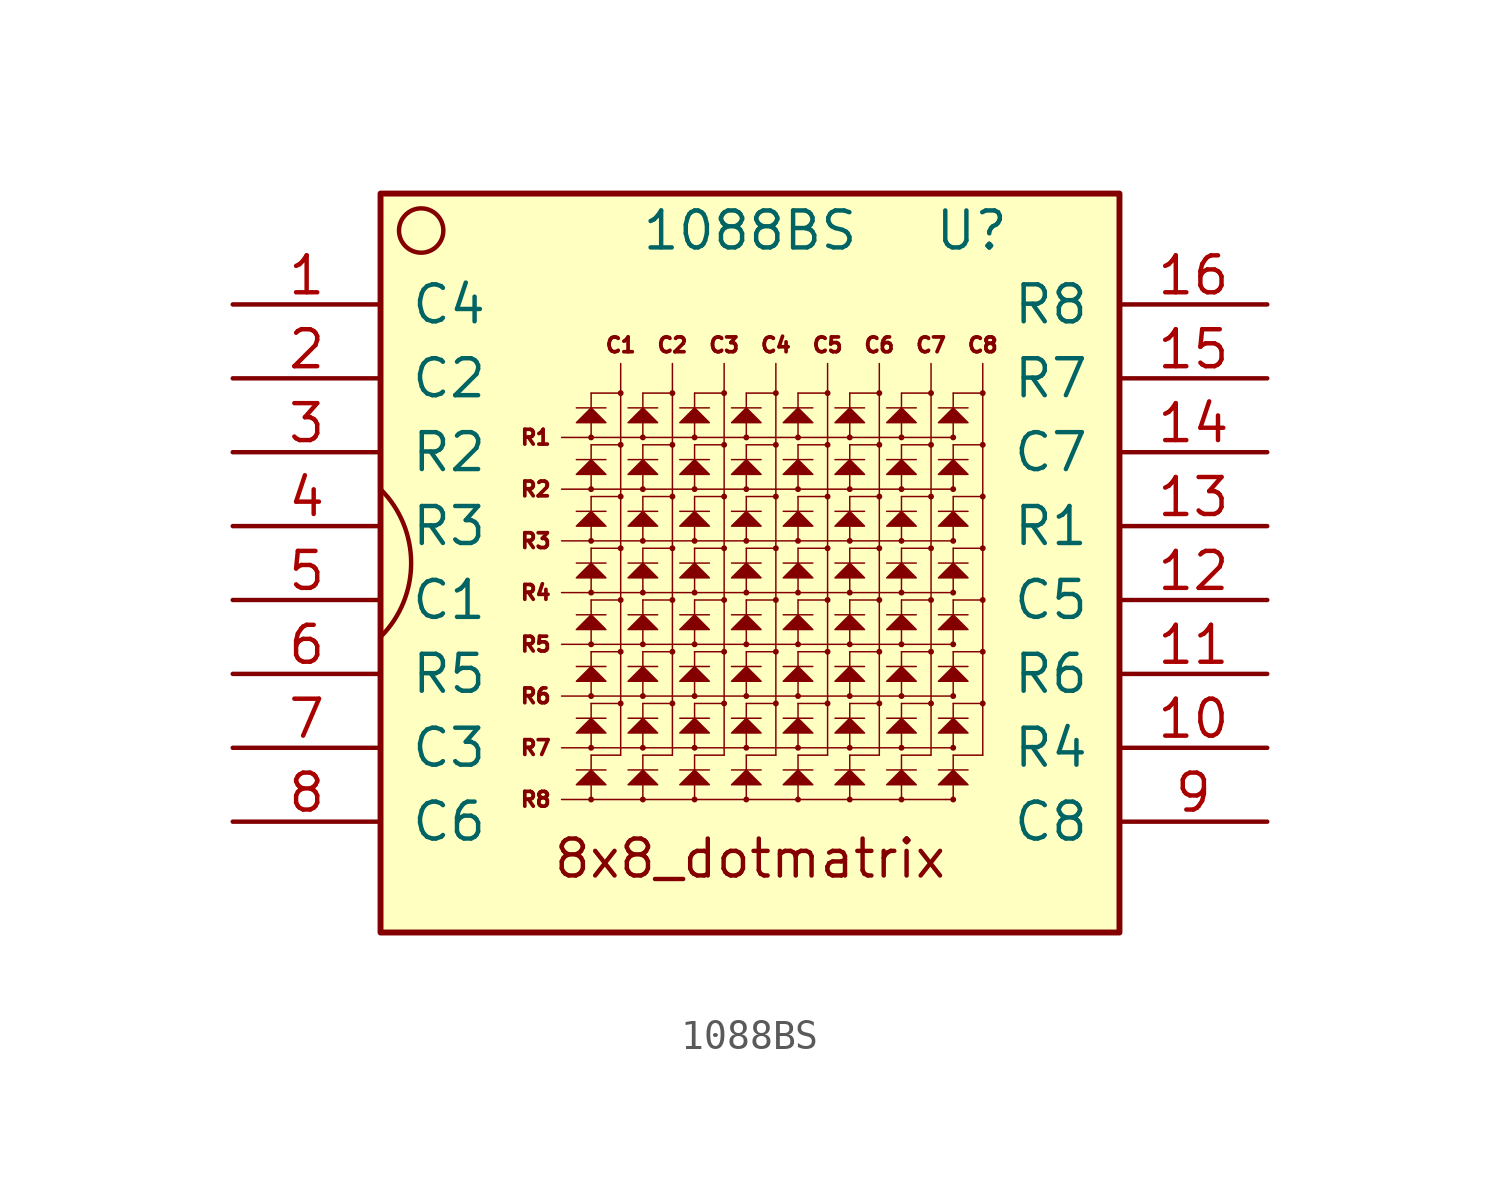
<source format=kicad_sym>
(kicad_symbol_lib
  (version 20220914)
  (generator kicad_symbol_editor)
  (symbol "1088BS"
    (pin_names
      (offset 1.016))
    (property "Reference" "U"
      (at 7.62 11.43 0)
      (effects (font (size 1.27 1.27))))
    (property "Value" "1088BS"
      (at 0 11.43 0)
      (effects (font (size 1.27 1.27))))
    (symbol "1088BS_0_0"
      (rectangle (start -12.7 12.7) (end 12.7 -12.7) (stroke (width 0.203) (type solid)) (fill (type background)))
      (text "8x8_dotmatrix" (at 0 -10.16 0) (effects (font (size 1.27 1.27)))))
    (symbol "1088BS_0_1"
      (arc (start -12.7 -2.54) (mid -11.6479 0) (end -12.7 2.54) (stroke (width 0) (type solid)) (fill (type none)))
      (circle (center -11.303 11.43) (radius 0.762) (stroke (width 0) (type solid)) (fill (type none))))
    (symbol "1088BS_1_1"
      (circle (center -5.461 -8.128) (radius 0.076) (stroke (width 0.051) (type solid)) (fill (type outline)))
      (circle (center -5.461 -6.35) (radius 0.076) (stroke (width 0.051) (type solid)) (fill (type outline)))
      (circle (center -5.461 -4.572) (radius 0.076) (stroke (width 0.051) (type solid)) (fill (type outline)))
      (circle (center -5.461 -2.794) (radius 0.076) (stroke (width 0.051) (type solid)) (fill (type outline)))
      (circle (center -5.461 -1.016) (radius 0.076) (stroke (width 0.051) (type solid)) (fill (type outline)))
      (circle (center -5.461 0.762) (radius 0.076) (stroke (width 0.051) (type solid)) (fill (type outline)))
      (circle (center -5.461 2.54) (radius 0.076) (stroke (width 0.051) (type solid)) (fill (type outline)))
      (circle (center -5.461 4.318) (radius 0.076) (stroke (width 0.051) (type solid)) (fill (type outline)))
      (circle (center -4.445 -4.826) (radius 0.076) (stroke (width 0.051) (type solid)) (fill (type outline)))
      (circle (center -4.445 -3.048) (radius 0.076) (stroke (width 0.051) (type solid)) (fill (type outline)))
      (circle (center -4.445 -1.27) (radius 0.076) (stroke (width 0.051) (type solid)) (fill (type outline)))
      (circle (center -4.445 0.508) (radius 0.076) (stroke (width 0.051) (type solid)) (fill (type outline)))
      (circle (center -4.445 2.286) (radius 0.076) (stroke (width 0.051) (type solid)) (fill (type outline)))
      (circle (center -4.445 4.064) (radius 0.076) (stroke (width 0.051) (type solid)) (fill (type outline)))
      (circle (center -4.445 5.842) (radius 0.076) (stroke (width 0.051) (type solid)) (fill (type outline)))
      (circle (center -3.683 -8.128) (radius 0.076) (stroke (width 0.051) (type solid)) (fill (type outline)))
      (circle (center -3.683 -6.35) (radius 0.076) (stroke (width 0.051) (type solid)) (fill (type outline)))
      (circle (center -3.683 -4.572) (radius 0.076) (stroke (width 0.051) (type solid)) (fill (type outline)))
      (circle (center -3.683 -2.794) (radius 0.076) (stroke (width 0.051) (type solid)) (fill (type outline)))
      (circle (center -3.683 -1.016) (radius 0.076) (stroke (width 0.051) (type solid)) (fill (type outline)))
      (circle (center -3.683 0.762) (radius 0.076) (stroke (width 0.051) (type solid)) (fill (type outline)))
      (circle (center -3.683 2.54) (radius 0.076) (stroke (width 0.051) (type solid)) (fill (type outline)))
      (circle (center -3.683 4.318) (radius 0.076) (stroke (width 0.051) (type solid)) (fill (type outline)))
      (circle (center -2.667 -4.826) (radius 0.076) (stroke (width 0.051) (type solid)) (fill (type outline)))
      (circle (center -2.667 -3.048) (radius 0.076) (stroke (width 0.051) (type solid)) (fill (type outline)))
      (circle (center -2.667 -1.27) (radius 0.076) (stroke (width 0.051) (type solid)) (fill (type outline)))
      (circle (center -2.667 0.508) (radius 0.076) (stroke (width 0.051) (type solid)) (fill (type outline)))
      (circle (center -2.667 2.286) (radius 0.076) (stroke (width 0.051) (type solid)) (fill (type outline)))
      (circle (center -2.667 4.064) (radius 0.076) (stroke (width 0.051) (type solid)) (fill (type outline)))
      (circle (center -2.667 5.842) (radius 0.076) (stroke (width 0.051) (type solid)) (fill (type outline)))
      (circle (center -1.905 -8.128) (radius 0.076) (stroke (width 0.051) (type solid)) (fill (type outline)))
      (circle (center -1.905 -6.35) (radius 0.076) (stroke (width 0.051) (type solid)) (fill (type outline)))
      (circle (center -1.905 -4.572) (radius 0.076) (stroke (width 0.051) (type solid)) (fill (type outline)))
      (circle (center -1.905 -2.794) (radius 0.076) (stroke (width 0.051) (type solid)) (fill (type outline)))
      (circle (center -1.905 -1.016) (radius 0.076) (stroke (width 0.051) (type solid)) (fill (type outline)))
      (circle (center -1.905 0.762) (radius 0.076) (stroke (width 0.051) (type solid)) (fill (type outline)))
      (circle (center -1.905 2.54) (radius 0.076) (stroke (width 0.051) (type solid)) (fill (type outline)))
      (circle (center -1.905 4.318) (radius 0.076) (stroke (width 0.051) (type solid)) (fill (type outline)))
      (circle (center -0.889 -4.826) (radius 0.076) (stroke (width 0.051) (type solid)) (fill (type outline)))
      (circle (center -0.889 -3.048) (radius 0.076) (stroke (width 0.051) (type solid)) (fill (type outline)))
      (circle (center -0.889 -1.27) (radius 0.076) (stroke (width 0.051) (type solid)) (fill (type outline)))
      (circle (center -0.889 0.508) (radius 0.076) (stroke (width 0.051) (type solid)) (fill (type outline)))
      (circle (center -0.889 2.286) (radius 0.076) (stroke (width 0.051) (type solid)) (fill (type outline)))
      (circle (center -0.889 4.064) (radius 0.076) (stroke (width 0.051) (type solid)) (fill (type outline)))
      (circle (center -0.889 5.842) (radius 0.076) (stroke (width 0.051) (type solid)) (fill (type outline)))
      (circle (center -0.127 -8.128) (radius 0.076) (stroke (width 0.051) (type solid)) (fill (type outline)))
      (circle (center -0.127 -6.35) (radius 0.076) (stroke (width 0.051) (type solid)) (fill (type outline)))
      (circle (center -0.127 -4.572) (radius 0.076) (stroke (width 0.051) (type solid)) (fill (type outline)))
      (circle (center -0.127 -2.794) (radius 0.076) (stroke (width 0.051) (type solid)) (fill (type outline)))
      (circle (center -0.127 -1.016) (radius 0.076) (stroke (width 0.051) (type solid)) (fill (type outline)))
      (circle (center -0.127 0.762) (radius 0.076) (stroke (width 0.051) (type solid)) (fill (type outline)))
      (circle (center -0.127 2.54) (radius 0.076) (stroke (width 0.051) (type solid)) (fill (type outline)))
      (circle (center -0.127 4.318) (radius 0.076) (stroke (width 0.051) (type solid)) (fill (type outline)))
      (polyline (pts (xy -6.477 -4.572) (xy 6.985 -4.572)) (stroke (width 0.051) (type solid)) (fill (type none)))
      (polyline (pts (xy -5.969 -7.112) (xy -4.953 -7.112)) (stroke (width 0.051) (type solid)) (fill (type none)))
      (polyline (pts (xy -5.969 -5.334) (xy -4.953 -5.334)) (stroke (width 0.051) (type solid)) (fill (type none)))
      (polyline (pts (xy -5.969 -3.556) (xy -4.953 -3.556)) (stroke (width 0.051) (type solid)) (fill (type none)))
      (polyline (pts (xy -5.969 -1.778) (xy -4.953 -1.778)) (stroke (width 0.051) (type solid)) (fill (type none)))
      (polyline (pts (xy -5.969 0) (xy -4.953 0)) (stroke (width 0.051) (type solid)) (fill (type none)))
      (polyline (pts (xy -5.969 1.778) (xy -4.953 1.778)) (stroke (width 0.051) (type solid)) (fill (type none)))
      (polyline (pts (xy -5.969 3.556) (xy -4.953 3.556)) (stroke (width 0.051) (type solid)) (fill (type none)))
      (polyline (pts (xy -5.969 5.334) (xy -4.953 5.334)) (stroke (width 0.051) (type solid)) (fill (type none)))
      (polyline (pts (xy -5.461 -7.62) (xy -5.461 -8.128)) (stroke (width 0.051) (type solid)) (fill (type none)))
      (polyline (pts (xy -5.461 -7.112) (xy -5.461 -6.604)) (stroke (width 0.051) (type solid)) (fill (type none)))
      (polyline (pts (xy -5.461 -6.604) (xy -4.445 -6.604)) (stroke (width 0.051) (type solid)) (fill (type none)))
      (polyline (pts (xy -5.461 -5.842) (xy -5.461 -6.35)) (stroke (width 0.051) (type solid)) (fill (type none)))
      (polyline (pts (xy -5.461 -5.334) (xy -5.461 -4.826)) (stroke (width 0.051) (type solid)) (fill (type none)))
      (polyline (pts (xy -5.461 -4.826) (xy -4.445 -4.826)) (stroke (width 0.051) (type solid)) (fill (type none)))
      (polyline (pts (xy -5.461 -4.064) (xy -5.461 -4.572)) (stroke (width 0.051) (type solid)) (fill (type none)))
      (polyline (pts (xy -5.461 -3.556) (xy -5.461 -3.048)) (stroke (width 0.051) (type solid)) (fill (type none)))
      (polyline (pts (xy -5.461 -3.048) (xy -4.445 -3.048)) (stroke (width 0.051) (type solid)) (fill (type none)))
      (polyline (pts (xy -5.461 -2.286) (xy -5.461 -2.794)) (stroke (width 0.051) (type solid)) (fill (type none)))
      (polyline (pts (xy -5.461 -1.778) (xy -5.461 -1.27)) (stroke (width 0.051) (type solid)) (fill (type none)))
      (polyline (pts (xy -5.461 -1.27) (xy -4.445 -1.27)) (stroke (width 0.051) (type solid)) (fill (type none)))
      (polyline (pts (xy -5.461 -0.508) (xy -5.461 -1.016)) (stroke (width 0.051) (type solid)) (fill (type none)))
      (polyline (pts (xy -5.461 0) (xy -5.461 0.508)) (stroke (width 0.051) (type solid)) (fill (type none)))
      (polyline (pts (xy -5.461 0.508) (xy -4.445 0.508)) (stroke (width 0.051) (type solid)) (fill (type none)))
      (polyline (pts (xy -5.461 1.27) (xy -5.461 0.762)) (stroke (width 0.051) (type solid)) (fill (type none)))
      (polyline (pts (xy -5.461 1.778) (xy -5.461 2.286)) (stroke (width 0.051) (type solid)) (fill (type none)))
      (polyline (pts (xy -5.461 2.286) (xy -4.445 2.286)) (stroke (width 0.051) (type solid)) (fill (type none)))
      (polyline (pts (xy -5.461 3.048) (xy -5.461 2.54)) (stroke (width 0.051) (type solid)) (fill (type none)))
      (polyline (pts (xy -5.461 3.556) (xy -5.461 4.064)) (stroke (width 0.051) (type solid)) (fill (type none)))
      (polyline (pts (xy -5.461 4.064) (xy -4.445 4.064)) (stroke (width 0.051) (type solid)) (fill (type none)))
      (polyline (pts (xy -5.461 4.826) (xy -5.461 4.318)) (stroke (width 0.051) (type solid)) (fill (type none)))
      (polyline (pts (xy -5.461 5.334) (xy -5.461 5.842)) (stroke (width 0.051) (type solid)) (fill (type none)))
      (polyline (pts (xy -5.461 5.842) (xy -4.445 5.842)) (stroke (width 0.051) (type solid)) (fill (type none)))
      (polyline (pts (xy -4.445 6.858) (xy -4.445 -6.604)) (stroke (width 0.051) (type solid)) (fill (type none)))
      (polyline (pts (xy -4.191 -7.112) (xy -3.175 -7.112)) (stroke (width 0.051) (type solid)) (fill (type none)))
      (polyline (pts (xy -4.191 -5.334) (xy -3.175 -5.334)) (stroke (width 0.051) (type solid)) (fill (type none)))
      (polyline (pts (xy -4.191 -3.556) (xy -3.175 -3.556)) (stroke (width 0.051) (type solid)) (fill (type none)))
      (polyline (pts (xy -4.191 -1.778) (xy -3.175 -1.778)) (stroke (width 0.051) (type solid)) (fill (type none)))
      (polyline (pts (xy -4.191 0) (xy -3.175 0)) (stroke (width 0.051) (type solid)) (fill (type none)))
      (polyline (pts (xy -4.191 1.778) (xy -3.175 1.778)) (stroke (width 0.051) (type solid)) (fill (type none)))
      (polyline (pts (xy -4.191 3.556) (xy -3.175 3.556)) (stroke (width 0.051) (type solid)) (fill (type none)))
      (polyline (pts (xy -4.191 5.334) (xy -3.175 5.334)) (stroke (width 0.051) (type solid)) (fill (type none)))
      (polyline (pts (xy -3.683 -7.62) (xy -3.683 -8.128)) (stroke (width 0.051) (type solid)) (fill (type none)))
      (polyline (pts (xy -3.683 -7.112) (xy -3.683 -6.604)) (stroke (width 0.051) (type solid)) (fill (type none)))
      (polyline (pts (xy -3.683 -6.604) (xy -2.667 -6.604)) (stroke (width 0.051) (type solid)) (fill (type none)))
      (polyline (pts (xy -3.683 -5.842) (xy -3.683 -6.35)) (stroke (width 0.051) (type solid)) (fill (type none)))
      (polyline (pts (xy -3.683 -5.334) (xy -3.683 -4.826)) (stroke (width 0.051) (type solid)) (fill (type none)))
      (polyline (pts (xy -3.683 -4.826) (xy -2.667 -4.826)) (stroke (width 0.051) (type solid)) (fill (type none)))
      (polyline (pts (xy -3.683 -4.064) (xy -3.683 -4.572)) (stroke (width 0.051) (type solid)) (fill (type none)))
      (polyline (pts (xy -3.683 -3.556) (xy -3.683 -3.048)) (stroke (width 0.051) (type solid)) (fill (type none)))
      (polyline (pts (xy -3.683 -3.048) (xy -2.667 -3.048)) (stroke (width 0.051) (type solid)) (fill (type none)))
      (polyline (pts (xy -3.683 -2.286) (xy -3.683 -2.794)) (stroke (width 0.051) (type solid)) (fill (type none)))
      (polyline (pts (xy -3.683 -1.778) (xy -3.683 -1.27)) (stroke (width 0.051) (type solid)) (fill (type none)))
      (polyline (pts (xy -3.683 -1.27) (xy -2.667 -1.27)) (stroke (width 0.051) (type solid)) (fill (type none)))
      (polyline (pts (xy -3.683 -0.508) (xy -3.683 -1.016)) (stroke (width 0.051) (type solid)) (fill (type none)))
      (polyline (pts (xy -3.683 0) (xy -3.683 0.508)) (stroke (width 0.051) (type solid)) (fill (type none)))
      (polyline (pts (xy -3.683 0.508) (xy -2.667 0.508)) (stroke (width 0.051) (type solid)) (fill (type none)))
      (polyline (pts (xy -3.683 1.27) (xy -3.683 0.762)) (stroke (width 0.051) (type solid)) (fill (type none)))
      (polyline (pts (xy -3.683 1.778) (xy -3.683 2.286)) (stroke (width 0.051) (type solid)) (fill (type none)))
      (polyline (pts (xy -3.683 2.286) (xy -2.667 2.286)) (stroke (width 0.051) (type solid)) (fill (type none)))
      (polyline (pts (xy -3.683 3.048) (xy -3.683 2.54)) (stroke (width 0.051) (type solid)) (fill (type none)))
      (polyline (pts (xy -3.683 3.556) (xy -3.683 4.064)) (stroke (width 0.051) (type solid)) (fill (type none)))
      (polyline (pts (xy -3.683 4.064) (xy -2.667 4.064)) (stroke (width 0.051) (type solid)) (fill (type none)))
      (polyline (pts (xy -3.683 4.826) (xy -3.683 4.318)) (stroke (width 0.051) (type solid)) (fill (type none)))
      (polyline (pts (xy -3.683 5.334) (xy -3.683 5.842)) (stroke (width 0.051) (type solid)) (fill (type none)))
      (polyline (pts (xy -3.683 5.842) (xy -2.667 5.842)) (stroke (width 0.051) (type solid)) (fill (type none)))
      (polyline (pts (xy -2.667 6.858) (xy -2.667 -6.604)) (stroke (width 0.051) (type solid)) (fill (type none)))
      (polyline (pts (xy -2.413 -7.112) (xy -1.397 -7.112)) (stroke (width 0.051) (type solid)) (fill (type none)))
      (polyline (pts (xy -2.413 -5.334) (xy -1.397 -5.334)) (stroke (width 0.051) (type solid)) (fill (type none)))
      (polyline (pts (xy -2.413 -3.556) (xy -1.397 -3.556)) (stroke (width 0.051) (type solid)) (fill (type none)))
      (polyline (pts (xy -2.413 -1.778) (xy -1.397 -1.778)) (stroke (width 0.051) (type solid)) (fill (type none)))
      (polyline (pts (xy -2.413 0) (xy -1.397 0)) (stroke (width 0.051) (type solid)) (fill (type none)))
      (polyline (pts (xy -2.413 1.778) (xy -1.397 1.778)) (stroke (width 0.051) (type solid)) (fill (type none)))
      (polyline (pts (xy -2.413 3.556) (xy -1.397 3.556)) (stroke (width 0.051) (type solid)) (fill (type none)))
      (polyline (pts (xy -2.413 5.334) (xy -1.397 5.334)) (stroke (width 0.051) (type solid)) (fill (type none)))
      (polyline (pts (xy -1.905 -7.62) (xy -1.905 -8.128)) (stroke (width 0.051) (type solid)) (fill (type none)))
      (polyline (pts (xy -1.905 -7.112) (xy -1.905 -6.604)) (stroke (width 0.051) (type solid)) (fill (type none)))
      (polyline (pts (xy -1.905 -6.604) (xy -0.889 -6.604)) (stroke (width 0.051) (type solid)) (fill (type none)))
      (polyline (pts (xy -1.905 -5.842) (xy -1.905 -6.35)) (stroke (width 0.051) (type solid)) (fill (type none)))
      (polyline (pts (xy -1.905 -5.334) (xy -1.905 -4.826)) (stroke (width 0.051) (type solid)) (fill (type none)))
      (polyline (pts (xy -1.905 -4.826) (xy -0.889 -4.826)) (stroke (width 0.051) (type solid)) (fill (type none)))
      (polyline (pts (xy -1.905 -4.064) (xy -1.905 -4.572)) (stroke (width 0.051) (type solid)) (fill (type none)))
      (polyline (pts (xy -1.905 -3.556) (xy -1.905 -3.048)) (stroke (width 0.051) (type solid)) (fill (type none)))
      (polyline (pts (xy -1.905 -3.048) (xy -0.889 -3.048)) (stroke (width 0.051) (type solid)) (fill (type none)))
      (polyline (pts (xy -1.905 -2.286) (xy -1.905 -2.794)) (stroke (width 0.051) (type solid)) (fill (type none)))
      (polyline (pts (xy -1.905 -1.778) (xy -1.905 -1.27)) (stroke (width 0.051) (type solid)) (fill (type none)))
      (polyline (pts (xy -1.905 -1.27) (xy -0.889 -1.27)) (stroke (width 0.051) (type solid)) (fill (type none)))
      (polyline (pts (xy -1.905 -0.508) (xy -1.905 -1.016)) (stroke (width 0.051) (type solid)) (fill (type none)))
      (polyline (pts (xy -1.905 0) (xy -1.905 0.508)) (stroke (width 0.051) (type solid)) (fill (type none)))
      (polyline (pts (xy -1.905 0.508) (xy -0.889 0.508)) (stroke (width 0.051) (type solid)) (fill (type none)))
      (polyline (pts (xy -1.905 1.27) (xy -1.905 0.762)) (stroke (width 0.051) (type solid)) (fill (type none)))
      (polyline (pts (xy -1.905 1.778) (xy -1.905 2.286)) (stroke (width 0.051) (type solid)) (fill (type none)))
      (polyline (pts (xy -1.905 2.286) (xy -0.889 2.286)) (stroke (width 0.051) (type solid)) (fill (type none)))
      (polyline (pts (xy -1.905 3.048) (xy -1.905 2.54)) (stroke (width 0.051) (type solid)) (fill (type none)))
      (polyline (pts (xy -1.905 3.556) (xy -1.905 4.064)) (stroke (width 0.051) (type solid)) (fill (type none)))
      (polyline (pts (xy -1.905 4.064) (xy -0.889 4.064)) (stroke (width 0.051) (type solid)) (fill (type none)))
      (polyline (pts (xy -1.905 4.826) (xy -1.905 4.318)) (stroke (width 0.051) (type solid)) (fill (type none)))
      (polyline (pts (xy -1.905 5.334) (xy -1.905 5.842)) (stroke (width 0.051) (type solid)) (fill (type none)))
      (polyline (pts (xy -1.905 5.842) (xy -0.889 5.842)) (stroke (width 0.051) (type solid)) (fill (type none)))
      (polyline (pts (xy -0.889 6.858) (xy -0.889 -6.604)) (stroke (width 0.051) (type solid)) (fill (type none)))
      (polyline (pts (xy -0.635 -7.112) (xy 0.381 -7.112)) (stroke (width 0.051) (type solid)) (fill (type none)))
      (polyline (pts (xy -0.635 -5.334) (xy 0.381 -5.334)) (stroke (width 0.051) (type solid)) (fill (type none)))
      (polyline (pts (xy -0.635 -3.556) (xy 0.381 -3.556)) (stroke (width 0.051) (type solid)) (fill (type none)))
      (polyline (pts (xy -0.635 -1.778) (xy 0.381 -1.778)) (stroke (width 0.051) (type solid)) (fill (type none)))
      (polyline (pts (xy -0.635 0) (xy 0.381 0)) (stroke (width 0.051) (type solid)) (fill (type none)))
      (polyline (pts (xy -0.635 1.778) (xy 0.381 1.778)) (stroke (width 0.051) (type solid)) (fill (type none)))
      (polyline (pts (xy -0.635 3.556) (xy 0.381 3.556)) (stroke (width 0.051) (type solid)) (fill (type none)))
      (polyline (pts (xy -0.635 5.334) (xy 0.381 5.334)) (stroke (width 0.051) (type solid)) (fill (type none)))
      (polyline (pts (xy -0.127 -7.62) (xy -0.127 -8.128)) (stroke (width 0.051) (type solid)) (fill (type none)))
      (polyline (pts (xy -0.127 -7.112) (xy -0.127 -6.604)) (stroke (width 0.051) (type solid)) (fill (type none)))
      (polyline (pts (xy -0.127 -6.604) (xy 0.889 -6.604)) (stroke (width 0.051) (type solid)) (fill (type none)))
      (polyline (pts (xy -0.127 -5.842) (xy -0.127 -6.35)) (stroke (width 0.051) (type solid)) (fill (type none)))
      (polyline (pts (xy -0.127 -5.334) (xy -0.127 -4.826)) (stroke (width 0.051) (type solid)) (fill (type none)))
      (polyline (pts (xy -0.127 -4.826) (xy 0.889 -4.826)) (stroke (width 0.051) (type solid)) (fill (type none)))
      (polyline (pts (xy -0.127 -4.064) (xy -0.127 -4.572)) (stroke (width 0.051) (type solid)) (fill (type none)))
      (polyline (pts (xy -0.127 -3.556) (xy -0.127 -3.048)) (stroke (width 0.051) (type solid)) (fill (type none)))
      (polyline (pts (xy -0.127 -3.048) (xy 0.889 -3.048)) (stroke (width 0.051) (type solid)) (fill (type none)))
      (polyline (pts (xy -0.127 -2.286) (xy -0.127 -2.794)) (stroke (width 0.051) (type solid)) (fill (type none)))
      (polyline (pts (xy -0.127 -1.778) (xy -0.127 -1.27)) (stroke (width 0.051) (type solid)) (fill (type none)))
      (polyline (pts (xy -0.127 -1.27) (xy 0.889 -1.27)) (stroke (width 0.051) (type solid)) (fill (type none)))
      (polyline (pts (xy -0.127 -0.508) (xy -0.127 -1.016)) (stroke (width 0.051) (type solid)) (fill (type none)))
      (polyline (pts (xy -0.127 0) (xy -0.127 0.508)) (stroke (width 0.051) (type solid)) (fill (type none)))
      (polyline (pts (xy -0.127 0.508) (xy 0.889 0.508)) (stroke (width 0.051) (type solid)) (fill (type none)))
      (polyline (pts (xy -0.127 1.27) (xy -0.127 0.762)) (stroke (width 0.051) (type solid)) (fill (type none)))
      (polyline (pts (xy -0.127 1.778) (xy -0.127 2.286)) (stroke (width 0.051) (type solid)) (fill (type none)))
      (polyline (pts (xy -0.127 2.286) (xy 0.889 2.286)) (stroke (width 0.051) (type solid)) (fill (type none)))
      (polyline (pts (xy -0.127 3.048) (xy -0.127 2.54)) (stroke (width 0.051) (type solid)) (fill (type none)))
      (polyline (pts (xy -0.127 3.556) (xy -0.127 4.064)) (stroke (width 0.051) (type solid)) (fill (type none)))
      (polyline (pts (xy -0.127 4.064) (xy 0.889 4.064)) (stroke (width 0.051) (type solid)) (fill (type none)))
      (polyline (pts (xy -0.127 4.826) (xy -0.127 4.318)) (stroke (width 0.051) (type solid)) (fill (type none)))
      (polyline (pts (xy -0.127 5.334) (xy -0.127 5.842)) (stroke (width 0.051) (type solid)) (fill (type none)))
      (polyline (pts (xy -0.127 5.842) (xy 0.889 5.842)) (stroke (width 0.051) (type solid)) (fill (type none)))
      (polyline (pts (xy 0.889 6.858) (xy 0.889 -6.604)) (stroke (width 0.051) (type solid)) (fill (type none)))
      (polyline (pts (xy 1.143 -7.112) (xy 2.159 -7.112)) (stroke (width 0.051) (type solid)) (fill (type none)))
      (polyline (pts (xy 1.143 -5.334) (xy 2.159 -5.334)) (stroke (width 0.051) (type solid)) (fill (type none)))
      (polyline (pts (xy 1.143 -3.556) (xy 2.159 -3.556)) (stroke (width 0.051) (type solid)) (fill (type none)))
      (polyline (pts (xy 1.143 -1.778) (xy 2.159 -1.778)) (stroke (width 0.051) (type solid)) (fill (type none)))
      (polyline (pts (xy 1.143 0) (xy 2.159 0)) (stroke (width 0.051) (type solid)) (fill (type none)))
      (polyline (pts (xy 1.143 1.778) (xy 2.159 1.778)) (stroke (width 0.051) (type solid)) (fill (type none)))
      (polyline (pts (xy 1.143 3.556) (xy 2.159 3.556)) (stroke (width 0.051) (type solid)) (fill (type none)))
      (polyline (pts (xy 1.143 5.334) (xy 2.159 5.334)) (stroke (width 0.051) (type solid)) (fill (type none)))
      (polyline (pts (xy 1.651 -7.62) (xy 1.651 -8.128)) (stroke (width 0.051) (type solid)) (fill (type none)))
      (polyline (pts (xy 1.651 -7.112) (xy 1.651 -6.604)) (stroke (width 0.051) (type solid)) (fill (type none)))
      (polyline (pts (xy 1.651 -6.604) (xy 2.667 -6.604)) (stroke (width 0.051) (type solid)) (fill (type none)))
      (polyline (pts (xy 1.651 -5.842) (xy 1.651 -6.35)) (stroke (width 0.051) (type solid)) (fill (type none)))
      (polyline (pts (xy 1.651 -5.334) (xy 1.651 -4.826)) (stroke (width 0.051) (type solid)) (fill (type none)))
      (polyline (pts (xy 1.651 -4.826) (xy 2.667 -4.826)) (stroke (width 0.051) (type solid)) (fill (type none)))
      (polyline (pts (xy 1.651 -4.064) (xy 1.651 -4.572)) (stroke (width 0.051) (type solid)) (fill (type none)))
      (polyline (pts (xy 1.651 -3.556) (xy 1.651 -3.048)) (stroke (width 0.051) (type solid)) (fill (type none)))
      (polyline (pts (xy 1.651 -3.048) (xy 2.667 -3.048)) (stroke (width 0.051) (type solid)) (fill (type none)))
      (polyline (pts (xy 1.651 -2.286) (xy 1.651 -2.794)) (stroke (width 0.051) (type solid)) (fill (type none)))
      (polyline (pts (xy 1.651 -1.778) (xy 1.651 -1.27)) (stroke (width 0.051) (type solid)) (fill (type none)))
      (polyline (pts (xy 1.651 -1.27) (xy 2.667 -1.27)) (stroke (width 0.051) (type solid)) (fill (type none)))
      (polyline (pts (xy 1.651 -0.508) (xy 1.651 -1.016)) (stroke (width 0.051) (type solid)) (fill (type none)))
      (polyline (pts (xy 1.651 0) (xy 1.651 0.508)) (stroke (width 0.051) (type solid)) (fill (type none)))
      (polyline (pts (xy 1.651 0.508) (xy 2.667 0.508)) (stroke (width 0.051) (type solid)) (fill (type none)))
      (polyline (pts (xy 1.651 1.27) (xy 1.651 0.762)) (stroke (width 0.051) (type solid)) (fill (type none)))
      (polyline (pts (xy 1.651 1.778) (xy 1.651 2.286)) (stroke (width 0.051) (type solid)) (fill (type none)))
      (polyline (pts (xy 1.651 2.286) (xy 2.667 2.286)) (stroke (width 0.051) (type solid)) (fill (type none)))
      (polyline (pts (xy 1.651 3.048) (xy 1.651 2.54)) (stroke (width 0.051) (type solid)) (fill (type none)))
      (polyline (pts (xy 1.651 3.556) (xy 1.651 4.064)) (stroke (width 0.051) (type solid)) (fill (type none)))
      (polyline (pts (xy 1.651 4.064) (xy 2.667 4.064)) (stroke (width 0.051) (type solid)) (fill (type none)))
      (polyline (pts (xy 1.651 4.826) (xy 1.651 4.318)) (stroke (width 0.051) (type solid)) (fill (type none)))
      (polyline (pts (xy 1.651 5.334) (xy 1.651 5.842)) (stroke (width 0.051) (type solid)) (fill (type none)))
      (polyline (pts (xy 1.651 5.842) (xy 2.667 5.842)) (stroke (width 0.051) (type solid)) (fill (type none)))
      (polyline (pts (xy 2.667 6.858) (xy 2.667 -6.604)) (stroke (width 0.051) (type solid)) (fill (type none)))
      (polyline (pts (xy 2.921 -7.112) (xy 3.937 -7.112)) (stroke (width 0.051) (type solid)) (fill (type none)))
      (polyline (pts (xy 2.921 -5.334) (xy 3.937 -5.334)) (stroke (width 0.051) (type solid)) (fill (type none)))
      (polyline (pts (xy 2.921 -3.556) (xy 3.937 -3.556)) (stroke (width 0.051) (type solid)) (fill (type none)))
      (polyline (pts (xy 2.921 -1.778) (xy 3.937 -1.778)) (stroke (width 0.051) (type solid)) (fill (type none)))
      (polyline (pts (xy 2.921 0) (xy 3.937 0)) (stroke (width 0.051) (type solid)) (fill (type none)))
      (polyline (pts (xy 2.921 1.778) (xy 3.937 1.778)) (stroke (width 0.051) (type solid)) (fill (type none)))
      (polyline (pts (xy 2.921 3.556) (xy 3.937 3.556)) (stroke (width 0.051) (type solid)) (fill (type none)))
      (polyline (pts (xy 2.921 5.334) (xy 3.937 5.334)) (stroke (width 0.051) (type solid)) (fill (type none)))
      (polyline (pts (xy 3.429 -7.62) (xy 3.429 -8.128)) (stroke (width 0.051) (type solid)) (fill (type none)))
      (polyline (pts (xy 3.429 -7.112) (xy 3.429 -6.604)) (stroke (width 0.051) (type solid)) (fill (type none)))
      (polyline (pts (xy 3.429 -6.604) (xy 4.445 -6.604)) (stroke (width 0.051) (type solid)) (fill (type none)))
      (polyline (pts (xy 3.429 -5.842) (xy 3.429 -6.35)) (stroke (width 0.051) (type solid)) (fill (type none)))
      (polyline (pts (xy 3.429 -5.334) (xy 3.429 -4.826)) (stroke (width 0.051) (type solid)) (fill (type none)))
      (polyline (pts (xy 3.429 -4.826) (xy 4.445 -4.826)) (stroke (width 0.051) (type solid)) (fill (type none)))
      (polyline (pts (xy 3.429 -4.064) (xy 3.429 -4.572)) (stroke (width 0.051) (type solid)) (fill (type none)))
      (polyline (pts (xy 3.429 -3.556) (xy 3.429 -3.048)) (stroke (width 0.051) (type solid)) (fill (type none)))
      (polyline (pts (xy 3.429 -3.048) (xy 4.445 -3.048)) (stroke (width 0.051) (type solid)) (fill (type none)))
      (polyline (pts (xy 3.429 -2.286) (xy 3.429 -2.794)) (stroke (width 0.051) (type solid)) (fill (type none)))
      (polyline (pts (xy 3.429 -1.778) (xy 3.429 -1.27)) (stroke (width 0.051) (type solid)) (fill (type none)))
      (polyline (pts (xy 3.429 -1.27) (xy 4.445 -1.27)) (stroke (width 0.051) (type solid)) (fill (type none)))
      (polyline (pts (xy 3.429 -0.508) (xy 3.429 -1.016)) (stroke (width 0.051) (type solid)) (fill (type none)))
      (polyline (pts (xy 3.429 0) (xy 3.429 0.508)) (stroke (width 0.051) (type solid)) (fill (type none)))
      (polyline (pts (xy 3.429 0.508) (xy 4.445 0.508)) (stroke (width 0.051) (type solid)) (fill (type none)))
      (polyline (pts (xy 3.429 1.27) (xy 3.429 0.762)) (stroke (width 0.051) (type solid)) (fill (type none)))
      (polyline (pts (xy 3.429 1.778) (xy 3.429 2.286)) (stroke (width 0.051) (type solid)) (fill (type none)))
      (polyline (pts (xy 3.429 2.286) (xy 4.445 2.286)) (stroke (width 0.051) (type solid)) (fill (type none)))
      (polyline (pts (xy 3.429 3.048) (xy 3.429 2.54)) (stroke (width 0.051) (type solid)) (fill (type none)))
      (polyline (pts (xy 3.429 3.556) (xy 3.429 4.064)) (stroke (width 0.051) (type solid)) (fill (type none)))
      (polyline (pts (xy 3.429 4.064) (xy 4.445 4.064)) (stroke (width 0.051) (type solid)) (fill (type none)))
      (polyline (pts (xy 3.429 4.826) (xy 3.429 4.318)) (stroke (width 0.051) (type solid)) (fill (type none)))
      (polyline (pts (xy 3.429 5.334) (xy 3.429 5.842)) (stroke (width 0.051) (type solid)) (fill (type none)))
      (polyline (pts (xy 3.429 5.842) (xy 4.445 5.842)) (stroke (width 0.051) (type solid)) (fill (type none)))
      (polyline (pts (xy 4.445 6.858) (xy 4.445 -6.604)) (stroke (width 0.051) (type solid)) (fill (type none)))
      (polyline (pts (xy 4.699 -7.112) (xy 5.715 -7.112)) (stroke (width 0.051) (type solid)) (fill (type none)))
      (polyline (pts (xy 4.699 -5.334) (xy 5.715 -5.334)) (stroke (width 0.051) (type solid)) (fill (type none)))
      (polyline (pts (xy 4.699 -3.556) (xy 5.715 -3.556)) (stroke (width 0.051) (type solid)) (fill (type none)))
      (polyline (pts (xy 4.699 -1.778) (xy 5.715 -1.778)) (stroke (width 0.051) (type solid)) (fill (type none)))
      (polyline (pts (xy 4.699 0) (xy 5.715 0)) (stroke (width 0.051) (type solid)) (fill (type none)))
      (polyline (pts (xy 4.699 1.778) (xy 5.715 1.778)) (stroke (width 0.051) (type solid)) (fill (type none)))
      (polyline (pts (xy 4.699 3.556) (xy 5.715 3.556)) (stroke (width 0.051) (type solid)) (fill (type none)))
      (polyline (pts (xy 4.699 5.334) (xy 5.715 5.334)) (stroke (width 0.051) (type solid)) (fill (type none)))
      (polyline (pts (xy 5.207 -7.62) (xy 5.207 -8.128)) (stroke (width 0.051) (type solid)) (fill (type none)))
      (polyline (pts (xy 5.207 -7.112) (xy 5.207 -6.604)) (stroke (width 0.051) (type solid)) (fill (type none)))
      (polyline (pts (xy 5.207 -6.604) (xy 6.223 -6.604)) (stroke (width 0.051) (type solid)) (fill (type none)))
      (polyline (pts (xy 5.207 -5.842) (xy 5.207 -6.35)) (stroke (width 0.051) (type solid)) (fill (type none)))
      (polyline (pts (xy 5.207 -5.334) (xy 5.207 -4.826)) (stroke (width 0.051) (type solid)) (fill (type none)))
      (polyline (pts (xy 5.207 -4.826) (xy 6.223 -4.826)) (stroke (width 0.051) (type solid)) (fill (type none)))
      (polyline (pts (xy 5.207 -4.064) (xy 5.207 -4.572)) (stroke (width 0.051) (type solid)) (fill (type none)))
      (polyline (pts (xy 5.207 -3.556) (xy 5.207 -3.048)) (stroke (width 0.051) (type solid)) (fill (type none)))
      (polyline (pts (xy 5.207 -3.048) (xy 6.223 -3.048)) (stroke (width 0.051) (type solid)) (fill (type none)))
      (polyline (pts (xy 5.207 -2.286) (xy 5.207 -2.794)) (stroke (width 0.051) (type solid)) (fill (type none)))
      (polyline (pts (xy 5.207 -1.778) (xy 5.207 -1.27)) (stroke (width 0.051) (type solid)) (fill (type none)))
      (polyline (pts (xy 5.207 -1.27) (xy 6.223 -1.27)) (stroke (width 0.051) (type solid)) (fill (type none)))
      (polyline (pts (xy 5.207 -0.508) (xy 5.207 -1.016)) (stroke (width 0.051) (type solid)) (fill (type none)))
      (polyline (pts (xy 5.207 0) (xy 5.207 0.508)) (stroke (width 0.051) (type solid)) (fill (type none)))
      (polyline (pts (xy 5.207 0.508) (xy 6.223 0.508)) (stroke (width 0.051) (type solid)) (fill (type none)))
      (polyline (pts (xy 5.207 1.27) (xy 5.207 0.762)) (stroke (width 0.051) (type solid)) (fill (type none)))
      (polyline (pts (xy 5.207 1.778) (xy 5.207 2.286)) (stroke (width 0.051) (type solid)) (fill (type none)))
      (polyline (pts (xy 5.207 2.286) (xy 6.223 2.286)) (stroke (width 0.051) (type solid)) (fill (type none)))
      (polyline (pts (xy 5.207 3.048) (xy 5.207 2.54)) (stroke (width 0.051) (type solid)) (fill (type none)))
      (polyline (pts (xy 5.207 3.556) (xy 5.207 4.064)) (stroke (width 0.051) (type solid)) (fill (type none)))
      (polyline (pts (xy 5.207 4.064) (xy 6.223 4.064)) (stroke (width 0.051) (type solid)) (fill (type none)))
      (polyline (pts (xy 5.207 4.826) (xy 5.207 4.318)) (stroke (width 0.051) (type solid)) (fill (type none)))
      (polyline (pts (xy 5.207 5.334) (xy 5.207 5.842)) (stroke (width 0.051) (type solid)) (fill (type none)))
      (polyline (pts (xy 5.207 5.842) (xy 6.223 5.842)) (stroke (width 0.051) (type solid)) (fill (type none)))
      (polyline (pts (xy 6.223 6.858) (xy 6.223 -6.604)) (stroke (width 0.051) (type solid)) (fill (type none)))
      (polyline (pts (xy 6.477 -7.112) (xy 7.493 -7.112)) (stroke (width 0.051) (type solid)) (fill (type none)))
      (polyline (pts (xy 6.477 -5.334) (xy 7.493 -5.334)) (stroke (width 0.051) (type solid)) (fill (type none)))
      (polyline (pts (xy 6.477 -3.556) (xy 7.493 -3.556)) (stroke (width 0.051) (type solid)) (fill (type none)))
      (polyline (pts (xy 6.477 -1.778) (xy 7.493 -1.778)) (stroke (width 0.051) (type solid)) (fill (type none)))
      (polyline (pts (xy 6.477 0) (xy 7.493 0)) (stroke (width 0.051) (type solid)) (fill (type none)))
      (polyline (pts (xy 6.477 1.778) (xy 7.493 1.778)) (stroke (width 0.051) (type solid)) (fill (type none)))
      (polyline (pts (xy 6.477 3.556) (xy 7.493 3.556)) (stroke (width 0.051) (type solid)) (fill (type none)))
      (polyline (pts (xy 6.477 5.334) (xy 7.493 5.334)) (stroke (width 0.051) (type solid)) (fill (type none)))
      (polyline (pts (xy 6.731 -8.128) (xy -6.477 -8.128)) (stroke (width 0.051) (type solid)) (fill (type none)))
      (polyline (pts (xy 6.985 -8.128) (xy 6.731 -8.128)) (stroke (width 0.051) (type solid)) (fill (type none)))
      (polyline (pts (xy 6.985 -7.62) (xy 6.985 -8.128)) (stroke (width 0.051) (type solid)) (fill (type none)))
      (polyline (pts (xy 6.985 -7.112) (xy 6.985 -6.604)) (stroke (width 0.051) (type solid)) (fill (type none)))
      (polyline (pts (xy 6.985 -6.604) (xy 8.001 -6.604)) (stroke (width 0.051) (type solid)) (fill (type none)))
      (polyline (pts (xy 6.985 -6.35) (xy -6.477 -6.35)) (stroke (width 0.051) (type solid)) (fill (type none)))
      (polyline (pts (xy 6.985 -5.842) (xy 6.985 -6.35)) (stroke (width 0.051) (type solid)) (fill (type none)))
      (polyline (pts (xy 6.985 -5.334) (xy 6.985 -4.826)) (stroke (width 0.051) (type solid)) (fill (type none)))
      (polyline (pts (xy 6.985 -4.826) (xy 8.001 -4.826)) (stroke (width 0.051) (type solid)) (fill (type none)))
      (polyline (pts (xy 6.985 -4.064) (xy 6.985 -4.572)) (stroke (width 0.051) (type solid)) (fill (type none)))
      (polyline (pts (xy 6.985 -3.556) (xy 6.985 -3.048)) (stroke (width 0.051) (type solid)) (fill (type none)))
      (polyline (pts (xy 6.985 -3.048) (xy 8.001 -3.048)) (stroke (width 0.051) (type solid)) (fill (type none)))
      (polyline (pts (xy 6.985 -2.794) (xy -6.477 -2.794)) (stroke (width 0.051) (type solid)) (fill (type none)))
      (polyline (pts (xy 6.985 -2.286) (xy 6.985 -2.794)) (stroke (width 0.051) (type solid)) (fill (type none)))
      (polyline (pts (xy 6.985 -1.778) (xy 6.985 -1.27)) (stroke (width 0.051) (type solid)) (fill (type none)))
      (polyline (pts (xy 6.985 -1.27) (xy 8.001 -1.27)) (stroke (width 0.051) (type solid)) (fill (type none)))
      (polyline (pts (xy 6.985 -1.016) (xy -6.477 -1.016)) (stroke (width 0.051) (type solid)) (fill (type none)))
      (polyline (pts (xy 6.985 -0.508) (xy 6.985 -1.016)) (stroke (width 0.051) (type solid)) (fill (type none)))
      (polyline (pts (xy 6.985 0) (xy 6.985 0.508)) (stroke (width 0.051) (type solid)) (fill (type none)))
      (polyline (pts (xy 6.985 0.508) (xy 8.001 0.508)) (stroke (width 0.051) (type solid)) (fill (type none)))
      (polyline (pts (xy 6.985 0.762) (xy -6.477 0.762)) (stroke (width 0.051) (type solid)) (fill (type none)))
      (polyline (pts (xy 6.985 1.27) (xy 6.985 0.762)) (stroke (width 0.051) (type solid)) (fill (type none)))
      (polyline (pts (xy 6.985 1.778) (xy 6.985 2.286)) (stroke (width 0.051) (type solid)) (fill (type none)))
      (polyline (pts (xy 6.985 2.286) (xy 8.001 2.286)) (stroke (width 0.051) (type solid)) (fill (type none)))
      (polyline (pts (xy 6.985 2.54) (xy -6.477 2.54)) (stroke (width 0.051) (type solid)) (fill (type none)))
      (polyline (pts (xy 6.985 3.048) (xy 6.985 2.54)) (stroke (width 0.051) (type solid)) (fill (type none)))
      (polyline (pts (xy 6.985 3.556) (xy 6.985 4.064)) (stroke (width 0.051) (type solid)) (fill (type none)))
      (polyline (pts (xy 6.985 4.064) (xy 8.001 4.064)) (stroke (width 0.051) (type solid)) (fill (type none)))
      (polyline (pts (xy 6.985 4.318) (xy -6.477 4.318)) (stroke (width 0.051) (type solid)) (fill (type none)))
      (polyline (pts (xy 6.985 4.826) (xy 6.985 4.318)) (stroke (width 0.051) (type solid)) (fill (type none)))
      (polyline (pts (xy 6.985 5.334) (xy 6.985 5.842)) (stroke (width 0.051) (type solid)) (fill (type none)))
      (polyline (pts (xy 6.985 5.842) (xy 8.001 5.842)) (stroke (width 0.051) (type solid)) (fill (type none)))
      (polyline (pts (xy 8.001 6.858) (xy 8.001 -6.604)) (stroke (width 0.051) (type solid)) (fill (type none)))
      (polyline (pts (xy -5.969 -7.62) (xy -5.461 -7.112) (xy -4.953 -7.62) (xy -5.969 -7.62)) (stroke (width 0.051) (type solid)) (fill (type outline)))
      (polyline (pts (xy -5.969 -5.842) (xy -5.461 -5.334) (xy -4.953 -5.842) (xy -5.969 -5.842)) (stroke (width 0.051) (type solid)) (fill (type outline)))
      (polyline (pts (xy -5.969 -4.064) (xy -5.461 -3.556) (xy -4.953 -4.064) (xy -5.969 -4.064)) (stroke (width 0.051) (type solid)) (fill (type outline)))
      (polyline (pts (xy -5.969 -2.286) (xy -5.461 -1.778) (xy -4.953 -2.286) (xy -5.969 -2.286)) (stroke (width 0.051) (type solid)) (fill (type outline)))
      (polyline (pts (xy -5.969 -0.508) (xy -5.461 0) (xy -4.953 -0.508) (xy -5.969 -0.508)) (stroke (width 0.051) (type solid)) (fill (type outline)))
      (polyline (pts (xy -5.969 1.27) (xy -5.461 1.778) (xy -4.953 1.27) (xy -5.969 1.27)) (stroke (width 0.051) (type solid)) (fill (type outline)))
      (polyline (pts (xy -5.969 3.048) (xy -5.461 3.556) (xy -4.953 3.048) (xy -5.969 3.048)) (stroke (width 0.051) (type solid)) (fill (type outline)))
      (polyline (pts (xy -5.969 4.826) (xy -5.461 5.334) (xy -4.953 4.826) (xy -5.969 4.826)) (stroke (width 0.051) (type solid)) (fill (type outline)))
      (polyline (pts (xy -4.191 -7.62) (xy -3.683 -7.112) (xy -3.175 -7.62) (xy -4.191 -7.62)) (stroke (width 0.051) (type solid)) (fill (type outline)))
      (polyline (pts (xy -4.191 -5.842) (xy -3.683 -5.334) (xy -3.175 -5.842) (xy -4.191 -5.842)) (stroke (width 0.051) (type solid)) (fill (type outline)))
      (polyline (pts (xy -4.191 -4.064) (xy -3.683 -3.556) (xy -3.175 -4.064) (xy -4.191 -4.064)) (stroke (width 0.051) (type solid)) (fill (type outline)))
      (polyline (pts (xy -4.191 -2.286) (xy -3.683 -1.778) (xy -3.175 -2.286) (xy -4.191 -2.286)) (stroke (width 0.051) (type solid)) (fill (type outline)))
      (polyline (pts (xy -4.191 -0.508) (xy -3.683 0) (xy -3.175 -0.508) (xy -4.191 -0.508)) (stroke (width 0.051) (type solid)) (fill (type outline)))
      (polyline (pts (xy -4.191 1.27) (xy -3.683 1.778) (xy -3.175 1.27) (xy -4.191 1.27)) (stroke (width 0.051) (type solid)) (fill (type outline)))
      (polyline (pts (xy -4.191 3.048) (xy -3.683 3.556) (xy -3.175 3.048) (xy -4.191 3.048)) (stroke (width 0.051) (type solid)) (fill (type outline)))
      (polyline (pts (xy -4.191 4.826) (xy -3.683 5.334) (xy -3.175 4.826) (xy -4.191 4.826)) (stroke (width 0.051) (type solid)) (fill (type outline)))
      (polyline (pts (xy -2.413 -7.62) (xy -1.905 -7.112) (xy -1.397 -7.62) (xy -2.413 -7.62)) (stroke (width 0.051) (type solid)) (fill (type outline)))
      (polyline (pts (xy -2.413 -5.842) (xy -1.905 -5.334) (xy -1.397 -5.842) (xy -2.413 -5.842)) (stroke (width 0.051) (type solid)) (fill (type outline)))
      (polyline (pts (xy -2.413 -4.064) (xy -1.905 -3.556) (xy -1.397 -4.064) (xy -2.413 -4.064)) (stroke (width 0.051) (type solid)) (fill (type outline)))
      (polyline (pts (xy -2.413 -2.286) (xy -1.905 -1.778) (xy -1.397 -2.286) (xy -2.413 -2.286)) (stroke (width 0.051) (type solid)) (fill (type outline)))
      (polyline (pts (xy -2.413 -0.508) (xy -1.905 0) (xy -1.397 -0.508) (xy -2.413 -0.508)) (stroke (width 0.051) (type solid)) (fill (type outline)))
      (polyline (pts (xy -2.413 1.27) (xy -1.905 1.778) (xy -1.397 1.27) (xy -2.413 1.27)) (stroke (width 0.051) (type solid)) (fill (type outline)))
      (polyline (pts (xy -2.413 3.048) (xy -1.905 3.556) (xy -1.397 3.048) (xy -2.413 3.048)) (stroke (width 0.051) (type solid)) (fill (type outline)))
      (polyline (pts (xy -2.413 4.826) (xy -1.905 5.334) (xy -1.397 4.826) (xy -2.413 4.826)) (stroke (width 0.051) (type solid)) (fill (type outline)))
      (polyline (pts (xy -0.635 -7.62) (xy -0.127 -7.112) (xy 0.381 -7.62) (xy -0.635 -7.62)) (stroke (width 0.051) (type solid)) (fill (type outline)))
      (polyline (pts (xy -0.635 -5.842) (xy -0.127 -5.334) (xy 0.381 -5.842) (xy -0.635 -5.842)) (stroke (width 0.051) (type solid)) (fill (type outline)))
      (polyline (pts (xy -0.635 -4.064) (xy -0.127 -3.556) (xy 0.381 -4.064) (xy -0.635 -4.064)) (stroke (width 0.051) (type solid)) (fill (type outline)))
      (polyline (pts (xy -0.635 -2.286) (xy -0.127 -1.778) (xy 0.381 -2.286) (xy -0.635 -2.286)) (stroke (width 0.051) (type solid)) (fill (type outline)))
      (polyline (pts (xy -0.635 -0.508) (xy -0.127 0) (xy 0.381 -0.508) (xy -0.635 -0.508)) (stroke (width 0.051) (type solid)) (fill (type outline)))
      (polyline (pts (xy -0.635 1.27) (xy -0.127 1.778) (xy 0.381 1.27) (xy -0.635 1.27)) (stroke (width 0.051) (type solid)) (fill (type outline)))
      (polyline (pts (xy -0.635 3.048) (xy -0.127 3.556) (xy 0.381 3.048) (xy -0.635 3.048)) (stroke (width 0.051) (type solid)) (fill (type outline)))
      (polyline (pts (xy -0.635 4.826) (xy -0.127 5.334) (xy 0.381 4.826) (xy -0.635 4.826)) (stroke (width 0.051) (type solid)) (fill (type outline)))
      (polyline (pts (xy 1.143 -7.62) (xy 1.651 -7.112) (xy 2.159 -7.62) (xy 1.143 -7.62)) (stroke (width 0.051) (type solid)) (fill (type outline)))
      (polyline (pts (xy 1.143 -5.842) (xy 1.651 -5.334) (xy 2.159 -5.842) (xy 1.143 -5.842)) (stroke (width 0.051) (type solid)) (fill (type outline)))
      (polyline (pts (xy 1.143 -4.064) (xy 1.651 -3.556) (xy 2.159 -4.064) (xy 1.143 -4.064)) (stroke (width 0.051) (type solid)) (fill (type outline)))
      (polyline (pts (xy 1.143 -2.286) (xy 1.651 -1.778) (xy 2.159 -2.286) (xy 1.143 -2.286)) (stroke (width 0.051) (type solid)) (fill (type outline)))
      (polyline (pts (xy 1.143 -0.508) (xy 1.651 0) (xy 2.159 -0.508) (xy 1.143 -0.508)) (stroke (width 0.051) (type solid)) (fill (type outline)))
      (polyline (pts (xy 1.143 1.27) (xy 1.651 1.778) (xy 2.159 1.27) (xy 1.143 1.27)) (stroke (width 0.051) (type solid)) (fill (type outline)))
      (polyline (pts (xy 1.143 3.048) (xy 1.651 3.556) (xy 2.159 3.048) (xy 1.143 3.048)) (stroke (width 0.051) (type solid)) (fill (type outline)))
      (polyline (pts (xy 1.143 4.826) (xy 1.651 5.334) (xy 2.159 4.826) (xy 1.143 4.826)) (stroke (width 0.051) (type solid)) (fill (type outline)))
      (polyline (pts (xy 2.921 -7.62) (xy 3.429 -7.112) (xy 3.937 -7.62) (xy 2.921 -7.62)) (stroke (width 0.051) (type solid)) (fill (type outline)))
      (polyline (pts (xy 2.921 -5.842) (xy 3.429 -5.334) (xy 3.937 -5.842) (xy 2.921 -5.842)) (stroke (width 0.051) (type solid)) (fill (type outline)))
      (polyline (pts (xy 2.921 -4.064) (xy 3.429 -3.556) (xy 3.937 -4.064) (xy 2.921 -4.064)) (stroke (width 0.051) (type solid)) (fill (type outline)))
      (polyline (pts (xy 2.921 -2.286) (xy 3.429 -1.778) (xy 3.937 -2.286) (xy 2.921 -2.286)) (stroke (width 0.051) (type solid)) (fill (type outline)))
      (polyline (pts (xy 2.921 -0.508) (xy 3.429 0) (xy 3.937 -0.508) (xy 2.921 -0.508)) (stroke (width 0.051) (type solid)) (fill (type outline)))
      (polyline (pts (xy 2.921 1.27) (xy 3.429 1.778) (xy 3.937 1.27) (xy 2.921 1.27)) (stroke (width 0.051) (type solid)) (fill (type outline)))
      (polyline (pts (xy 2.921 3.048) (xy 3.429 3.556) (xy 3.937 3.048) (xy 2.921 3.048)) (stroke (width 0.051) (type solid)) (fill (type outline)))
      (polyline (pts (xy 2.921 4.826) (xy 3.429 5.334) (xy 3.937 4.826) (xy 2.921 4.826)) (stroke (width 0.051) (type solid)) (fill (type outline)))
      (polyline (pts (xy 4.699 -7.62) (xy 5.207 -7.112) (xy 5.715 -7.62) (xy 4.699 -7.62)) (stroke (width 0.051) (type solid)) (fill (type outline)))
      (polyline (pts (xy 4.699 -5.842) (xy 5.207 -5.334) (xy 5.715 -5.842) (xy 4.699 -5.842)) (stroke (width 0.051) (type solid)) (fill (type outline)))
      (polyline (pts (xy 4.699 -4.064) (xy 5.207 -3.556) (xy 5.715 -4.064) (xy 4.699 -4.064)) (stroke (width 0.051) (type solid)) (fill (type outline)))
      (polyline (pts (xy 4.699 -2.286) (xy 5.207 -1.778) (xy 5.715 -2.286) (xy 4.699 -2.286)) (stroke (width 0.051) (type solid)) (fill (type outline)))
      (polyline (pts (xy 4.699 -0.508) (xy 5.207 0) (xy 5.715 -0.508) (xy 4.699 -0.508)) (stroke (width 0.051) (type solid)) (fill (type outline)))
      (polyline (pts (xy 4.699 1.27) (xy 5.207 1.778) (xy 5.715 1.27) (xy 4.699 1.27)) (stroke (width 0.051) (type solid)) (fill (type outline)))
      (polyline (pts (xy 4.699 3.048) (xy 5.207 3.556) (xy 5.715 3.048) (xy 4.699 3.048)) (stroke (width 0.051) (type solid)) (fill (type outline)))
      (polyline (pts (xy 4.699 4.826) (xy 5.207 5.334) (xy 5.715 4.826) (xy 4.699 4.826)) (stroke (width 0.051) (type solid)) (fill (type outline)))
      (polyline (pts (xy 6.477 -7.62) (xy 6.985 -7.112) (xy 7.493 -7.62) (xy 6.477 -7.62)) (stroke (width 0.051) (type solid)) (fill (type outline)))
      (polyline (pts (xy 6.477 -5.842) (xy 6.985 -5.334) (xy 7.493 -5.842) (xy 6.477 -5.842)) (stroke (width 0.051) (type solid)) (fill (type outline)))
      (polyline (pts (xy 6.477 -4.064) (xy 6.985 -3.556) (xy 7.493 -4.064) (xy 6.477 -4.064)) (stroke (width 0.051) (type solid)) (fill (type outline)))
      (polyline (pts (xy 6.477 -2.286) (xy 6.985 -1.778) (xy 7.493 -2.286) (xy 6.477 -2.286)) (stroke (width 0.051) (type solid)) (fill (type outline)))
      (polyline (pts (xy 6.477 -0.508) (xy 6.985 0) (xy 7.493 -0.508) (xy 6.477 -0.508)) (stroke (width 0.051) (type solid)) (fill (type outline)))
      (polyline (pts (xy 6.477 1.27) (xy 6.985 1.778) (xy 7.493 1.27) (xy 6.477 1.27)) (stroke (width 0.051) (type solid)) (fill (type outline)))
      (polyline (pts (xy 6.477 3.048) (xy 6.985 3.556) (xy 7.493 3.048) (xy 6.477 3.048)) (stroke (width 0.051) (type solid)) (fill (type outline)))
      (polyline (pts (xy 6.477 4.826) (xy 6.985 5.334) (xy 7.493 4.826) (xy 6.477 4.826)) (stroke (width 0.051) (type solid)) (fill (type outline)))
      (circle (center 0.889 -4.826) (radius 0.076) (stroke (width 0.051) (type solid)) (fill (type outline)))
      (circle (center 0.889 -3.048) (radius 0.076) (stroke (width 0.051) (type solid)) (fill (type outline)))
      (circle (center 0.889 -1.27) (radius 0.076) (stroke (width 0.051) (type solid)) (fill (type outline)))
      (circle (center 0.889 0.508) (radius 0.076) (stroke (width 0.051) (type solid)) (fill (type outline)))
      (circle (center 0.889 2.286) (radius 0.076) (stroke (width 0.051) (type solid)) (fill (type outline)))
      (circle (center 0.889 4.064) (radius 0.076) (stroke (width 0.051) (type solid)) (fill (type outline)))
      (circle (center 0.889 5.842) (radius 0.076) (stroke (width 0.051) (type solid)) (fill (type outline)))
      (circle (center 1.651 -8.128) (radius 0.076) (stroke (width 0.051) (type solid)) (fill (type outline)))
      (circle (center 1.651 -6.35) (radius 0.076) (stroke (width 0.051) (type solid)) (fill (type outline)))
      (circle (center 1.651 -4.572) (radius 0.076) (stroke (width 0.051) (type solid)) (fill (type outline)))
      (circle (center 1.651 -2.794) (radius 0.076) (stroke (width 0.051) (type solid)) (fill (type outline)))
      (circle (center 1.651 -1.016) (radius 0.076) (stroke (width 0.051) (type solid)) (fill (type outline)))
      (circle (center 1.651 0.762) (radius 0.076) (stroke (width 0.051) (type solid)) (fill (type outline)))
      (circle (center 1.651 2.54) (radius 0.076) (stroke (width 0.051) (type solid)) (fill (type outline)))
      (circle (center 1.651 4.318) (radius 0.076) (stroke (width 0.051) (type solid)) (fill (type outline)))
      (circle (center 2.667 -4.826) (radius 0.076) (stroke (width 0.051) (type solid)) (fill (type outline)))
      (circle (center 2.667 -3.048) (radius 0.076) (stroke (width 0.051) (type solid)) (fill (type outline)))
      (circle (center 2.667 -1.27) (radius 0.076) (stroke (width 0.051) (type solid)) (fill (type outline)))
      (circle (center 2.667 0.508) (radius 0.076) (stroke (width 0.051) (type solid)) (fill (type outline)))
      (circle (center 2.667 2.286) (radius 0.076) (stroke (width 0.051) (type solid)) (fill (type outline)))
      (circle (center 2.667 4.064) (radius 0.076) (stroke (width 0.051) (type solid)) (fill (type outline)))
      (circle (center 2.667 5.842) (radius 0.076) (stroke (width 0.051) (type solid)) (fill (type outline)))
      (circle (center 3.429 -8.128) (radius 0.076) (stroke (width 0.051) (type solid)) (fill (type outline)))
      (circle (center 3.429 -6.35) (radius 0.076) (stroke (width 0.051) (type solid)) (fill (type outline)))
      (circle (center 3.429 -4.572) (radius 0.076) (stroke (width 0.051) (type solid)) (fill (type outline)))
      (circle (center 3.429 -2.794) (radius 0.076) (stroke (width 0.051) (type solid)) (fill (type outline)))
      (circle (center 3.429 -1.016) (radius 0.076) (stroke (width 0.051) (type solid)) (fill (type outline)))
      (circle (center 3.429 0.762) (radius 0.076) (stroke (width 0.051) (type solid)) (fill (type outline)))
      (circle (center 3.429 2.54) (radius 0.076) (stroke (width 0.051) (type solid)) (fill (type outline)))
      (circle (center 3.429 4.318) (radius 0.076) (stroke (width 0.051) (type solid)) (fill (type outline)))
      (circle (center 4.445 -4.826) (radius 0.076) (stroke (width 0.051) (type solid)) (fill (type outline)))
      (circle (center 4.445 -3.048) (radius 0.076) (stroke (width 0.051) (type solid)) (fill (type outline)))
      (circle (center 4.445 -1.27) (radius 0.076) (stroke (width 0.051) (type solid)) (fill (type outline)))
      (circle (center 4.445 0.508) (radius 0.076) (stroke (width 0.051) (type solid)) (fill (type outline)))
      (circle (center 4.445 2.286) (radius 0.076) (stroke (width 0.051) (type solid)) (fill (type outline)))
      (circle (center 4.445 4.064) (radius 0.076) (stroke (width 0.051) (type solid)) (fill (type outline)))
      (circle (center 4.445 5.842) (radius 0.076) (stroke (width 0.051) (type solid)) (fill (type outline)))
      (circle (center 5.207 -8.128) (radius 0.076) (stroke (width 0.051) (type solid)) (fill (type outline)))
      (circle (center 5.207 -6.35) (radius 0.076) (stroke (width 0.051) (type solid)) (fill (type outline)))
      (circle (center 5.207 -4.572) (radius 0.076) (stroke (width 0.051) (type solid)) (fill (type outline)))
      (circle (center 5.207 -2.794) (radius 0.076) (stroke (width 0.051) (type solid)) (fill (type outline)))
      (circle (center 5.207 -1.016) (radius 0.076) (stroke (width 0.051) (type solid)) (fill (type outline)))
      (circle (center 5.207 0.762) (radius 0.076) (stroke (width 0.051) (type solid)) (fill (type outline)))
      (circle (center 5.207 2.54) (radius 0.076) (stroke (width 0.051) (type solid)) (fill (type outline)))
      (circle (center 5.207 4.318) (radius 0.076) (stroke (width 0.051) (type solid)) (fill (type outline)))
      (circle (center 6.223 -4.826) (radius 0.076) (stroke (width 0.051) (type solid)) (fill (type outline)))
      (circle (center 6.223 -3.048) (radius 0.076) (stroke (width 0.051) (type solid)) (fill (type outline)))
      (circle (center 6.223 -1.27) (radius 0.076) (stroke (width 0.051) (type solid)) (fill (type outline)))
      (circle (center 6.223 0.508) (radius 0.076) (stroke (width 0.051) (type solid)) (fill (type outline)))
      (circle (center 6.223 2.286) (radius 0.076) (stroke (width 0.051) (type solid)) (fill (type outline)))
      (circle (center 6.223 4.064) (radius 0.076) (stroke (width 0.051) (type solid)) (fill (type outline)))
      (circle (center 6.223 5.842) (radius 0.076) (stroke (width 0.051) (type solid)) (fill (type outline)))
      (circle (center 6.985 -8.128) (radius 0.076) (stroke (width 0.051) (type solid)) (fill (type outline)))
      (circle (center 6.985 -6.35) (radius 0.076) (stroke (width 0.051) (type solid)) (fill (type outline)))
      (circle (center 6.985 -4.572) (radius 0.076) (stroke (width 0.051) (type solid)) (fill (type outline)))
      (circle (center 6.985 -2.794) (radius 0.076) (stroke (width 0.051) (type solid)) (fill (type outline)))
      (circle (center 6.985 -1.016) (radius 0.076) (stroke (width 0.051) (type solid)) (fill (type outline)))
      (circle (center 6.985 0.762) (radius 0.076) (stroke (width 0.051) (type solid)) (fill (type outline)))
      (circle (center 6.985 2.54) (radius 0.076) (stroke (width 0.051) (type solid)) (fill (type outline)))
      (circle (center 6.985 4.318) (radius 0.076) (stroke (width 0.051) (type solid)) (fill (type outline)))
      (circle (center 8.001 -4.826) (radius 0.076) (stroke (width 0.051) (type solid)) (fill (type outline)))
      (circle (center 8.001 -3.048) (radius 0.076) (stroke (width 0.051) (type solid)) (fill (type outline)))
      (circle (center 8.001 -1.27) (radius 0.076) (stroke (width 0.051) (type solid)) (fill (type outline)))
      (circle (center 8.001 0.508) (radius 0.076) (stroke (width 0.051) (type solid)) (fill (type outline)))
      (circle (center 8.001 2.286) (radius 0.076) (stroke (width 0.051) (type solid)) (fill (type outline)))
      (circle (center 8.001 4.064) (radius 0.076) (stroke (width 0.051) (type solid)) (fill (type outline)))
      (circle (center 8.001 5.842) (radius 0.076) (stroke (width 0.051) (type solid)) (fill (type outline)))
      (text "C1" (at -4.445 7.493 0) (effects (font (size 0.508 0.508))))
      (text "C2" (at -2.667 7.493 0) (effects (font (size 0.508 0.508))))
      (text "C3" (at -0.889 7.493 0) (effects (font (size 0.508 0.508))))
      (text "C4" (at 0.889 7.493 0) (effects (font (size 0.508 0.508))))
      (text "C5" (at 2.667 7.493 0) (effects (font (size 0.508 0.508))))
      (text "C6" (at 4.445 7.493 0) (effects (font (size 0.508 0.508))))
      (text "C7" (at 6.223 7.493 0) (effects (font (size 0.508 0.508))))
      (text "C8" (at 8.001 7.493 0) (effects (font (size 0.508 0.508))))
      (text "R1" (at -7.366 4.318 0) (effects (font (size 0.508 0.508))))
      (text "R2" (at -7.366 2.54 0) (effects (font (size 0.508 0.508))))
      (text "R3" (at -7.366 0.762 0) (effects (font (size 0.508 0.508))))
      (text "R4" (at -7.366 -1.016 0) (effects (font (size 0.508 0.508))))
      (text "R5" (at -7.366 -2.794 0) (effects (font (size 0.508 0.508))))
      (text "R6" (at -7.366 -4.572 0) (effects (font (size 0.508 0.508))))
      (text "R7" (at -7.366 -6.35 0) (effects (font (size 0.508 0.508))))
      (text "R8" (at -7.366 -8.128 0) (effects (font (size 0.508 0.508))))
      (pin output line (at -17.78 8.89 0) (length 5.08) (name "C4" (effects (font (size 1.27 1.27)))) (number "1" (effects (font (size 1.27 1.27)))))
      (pin input line (at 17.78 -6.35 180) (length 5.08) (name "R4" (effects (font (size 1.27 1.27)))) (number "10" (effects (font (size 1.27 1.27)))))
      (pin input line (at 17.78 -3.81 180) (length 5.08) (name "R6" (effects (font (size 1.27 1.27)))) (number "11" (effects (font (size 1.27 1.27)))))
      (pin output line (at 17.78 -1.27 180) (length 5.08) (name "C5" (effects (font (size 1.27 1.27)))) (number "12" (effects (font (size 1.27 1.27)))))
      (pin input line (at 17.78 1.27 180) (length 5.08) (name "R1" (effects (font (size 1.27 1.27)))) (number "13" (effects (font (size 1.27 1.27)))))
      (pin output line (at 17.78 3.81 180) (length 5.08) (name "C7" (effects (font (size 1.27 1.27)))) (number "14" (effects (font (size 1.27 1.27)))))
      (pin input line (at 17.78 6.35 180) (length 5.08) (name "R7" (effects (font (size 1.27 1.27)))) (number "15" (effects (font (size 1.27 1.27)))))
      (pin input line (at 17.78 8.89 180) (length 5.08) (name "R8" (effects (font (size 1.27 1.27)))) (number "16" (effects (font (size 1.27 1.27)))))
      (pin output line (at -17.78 6.35 0) (length 5.08) (name "C2" (effects (font (size 1.27 1.27)))) (number "2" (effects (font (size 1.27 1.27)))))
      (pin input line (at -17.78 3.81 0) (length 5.08) (name "R2" (effects (font (size 1.27 1.27)))) (number "3" (effects (font (size 1.27 1.27)))))
      (pin input line (at -17.78 1.27 0) (length 5.08) (name "R3" (effects (font (size 1.27 1.27)))) (number "4" (effects (font (size 1.27 1.27)))))
      (pin output line (at -17.78 -1.27 0) (length 5.08) (name "C1" (effects (font (size 1.27 1.27)))) (number "5" (effects (font (size 1.27 1.27)))))
      (pin input line (at -17.78 -3.81 0) (length 5.08) (name "R5" (effects (font (size 1.27 1.27)))) (number "6" (effects (font (size 1.27 1.27)))))
      (pin output line (at -17.78 -6.35 0) (length 5.08) (name "C3" (effects (font (size 1.27 1.27)))) (number "7" (effects (font (size 1.27 1.27)))))
      (pin output line (at -17.78 -8.89 0) (length 5.08) (name "C6" (effects (font (size 1.27 1.27)))) (number "8" (effects (font (size 1.27 1.27)))))
      (pin output line (at 17.78 -8.89 180) (length 5.08) (name "C8" (effects (font (size 1.27 1.27)))) (number "9" (effects (font (size 1.27 1.27))))))))
</source>
